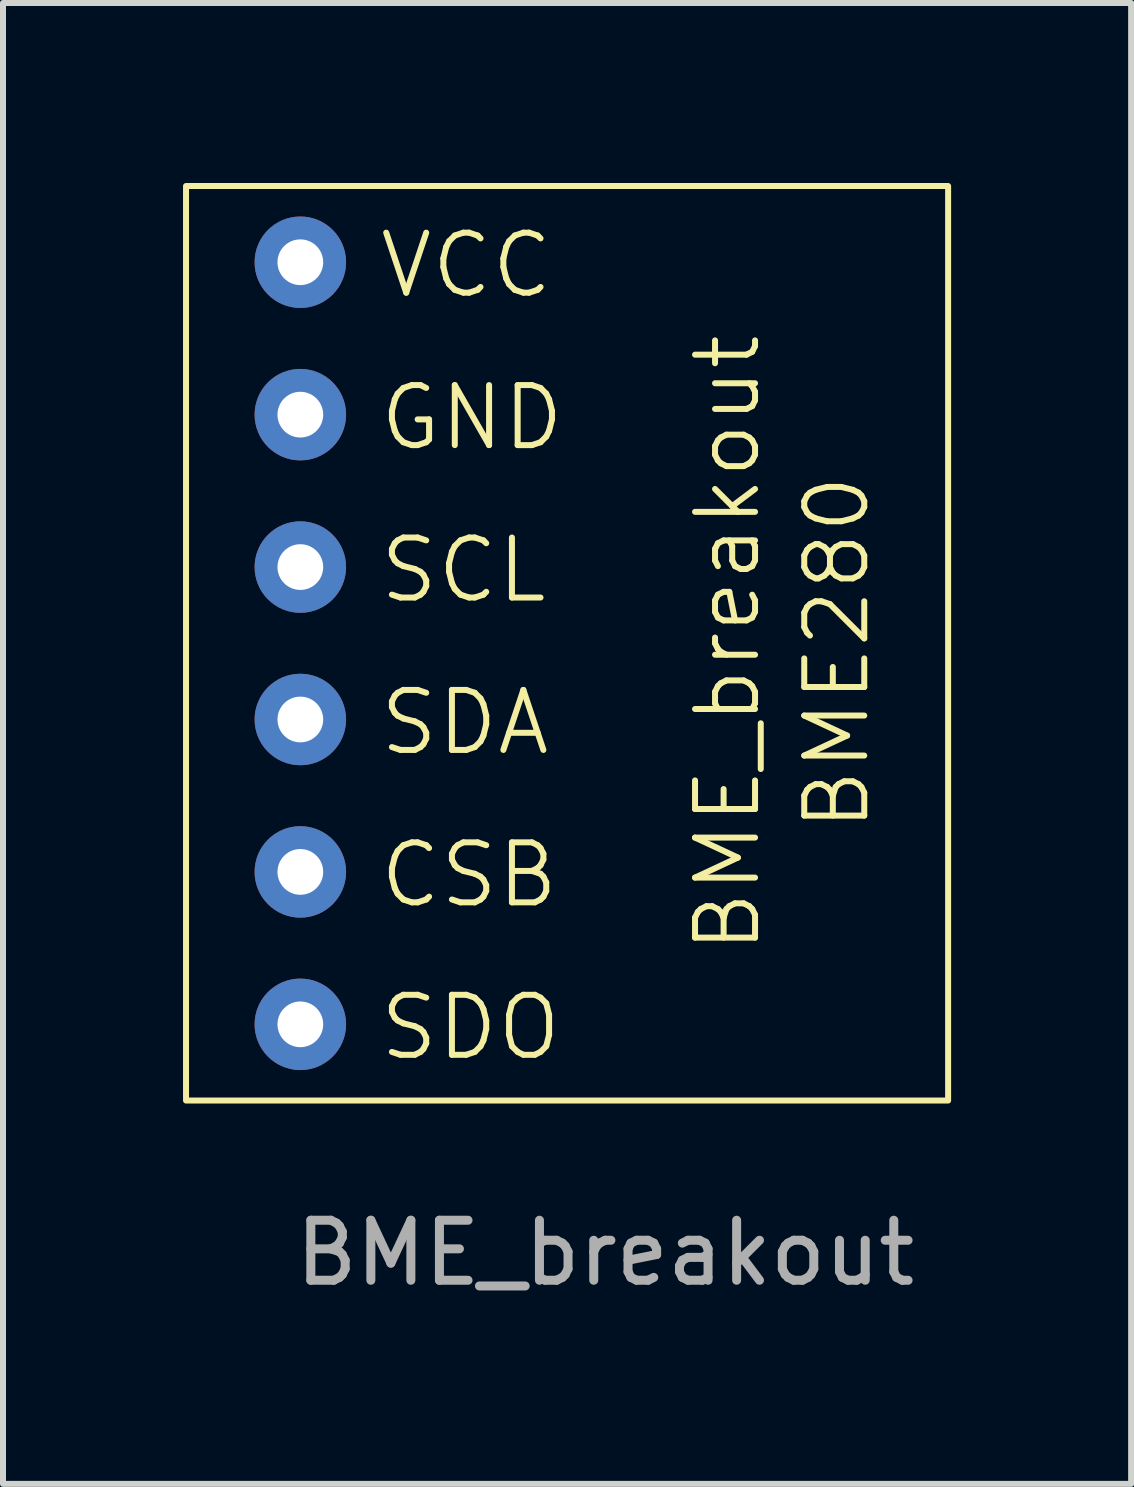
<source format=kicad_pcb>
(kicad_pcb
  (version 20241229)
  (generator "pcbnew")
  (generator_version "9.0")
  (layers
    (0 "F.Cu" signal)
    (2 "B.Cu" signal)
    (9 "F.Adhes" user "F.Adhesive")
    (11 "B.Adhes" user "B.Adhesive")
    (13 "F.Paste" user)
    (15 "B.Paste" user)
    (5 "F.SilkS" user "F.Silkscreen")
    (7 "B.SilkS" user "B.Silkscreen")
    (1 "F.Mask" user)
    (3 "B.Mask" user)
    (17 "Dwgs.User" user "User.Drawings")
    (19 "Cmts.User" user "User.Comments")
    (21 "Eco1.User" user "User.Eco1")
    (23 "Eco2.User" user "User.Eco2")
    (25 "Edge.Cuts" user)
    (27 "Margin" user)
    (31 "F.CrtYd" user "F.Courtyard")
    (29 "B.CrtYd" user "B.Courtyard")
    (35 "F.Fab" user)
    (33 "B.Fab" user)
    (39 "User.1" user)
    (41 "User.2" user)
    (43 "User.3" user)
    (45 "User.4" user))
  (footprint "BME_breakout"
    (layer "F.Cu")
    (at 7.035 7.67)
    (property "Reference" "BME_breakout" (at 2.04 0 90) (unlocked yes) (layer "F.SilkS") (effects (font (size 1 1) (thickness 0.1))))
    (attr through_hole)
    (fp_rect (start -6.985 -7.62) (end 5.715 7.62) (stroke (width 0.1) (type default)) (fill no) (layer "F.SilkS"))
    (fp_text user "SDO" (at -3.81 6.985 0) (unlocked yes) (layer "F.SilkS") (effects (font (size 1 1) (thickness 0.1)) (justify left bottom)))
    (fp_text user "BME280" (at 4.445 3.175 90) (unlocked yes) (layer "F.SilkS") (effects (font (size 1 1) (thickness 0.1)) (justify left bottom)))
    (fp_text user "GND" (at -3.81 -3.175 0) (unlocked yes) (layer "F.SilkS") (effects (font (size 1 1) (thickness 0.1)) (justify left bottom)))
    (fp_text user "VCC" (at -3.81 -5.715 0) (unlocked yes) (layer "F.SilkS") (effects (font (size 1 1) (thickness 0.1)) (justify left bottom)))
    (fp_text user "SDA" (at -3.81 1.905 0) (unlocked yes) (layer "F.SilkS") (effects (font (size 1 1) (thickness 0.1)) (justify left bottom)))
    (fp_text user "CSB" (at -3.81 4.445 0) (unlocked yes) (layer "F.SilkS") (effects (font (size 1 1) (thickness 0.1)) (justify left bottom)))
    (fp_text user "SCL" (at -3.81 -0.635 0) (unlocked yes) (layer "F.SilkS") (effects (font (size 1 1) (thickness 0.1)) (justify left bottom)))
    (fp_text user "${REFERENCE}" (at 0 10.16 0) (unlocked yes) (layer "F.Fab") (effects (font (size 1 1) (thickness 0.15))))
    (pad "1" thru_hole circle (at -5.08 -6.35) (size 1.524 1.524) (drill 0.762) (layers "*.Cu" "*.Mask"))
    (pad "2" thru_hole circle (at -5.08 -3.81) (size 1.524 1.524) (drill 0.762) (layers "*.Cu" "*.Mask"))
    (pad "3" thru_hole circle (at -5.08 -1.27) (size 1.524 1.524) (drill 0.762) (layers "*.Cu" "*.Mask"))
    (pad "4" thru_hole circle (at -5.08 1.27) (size 1.524 1.524) (drill 0.762) (layers "*.Cu" "*.Mask"))
    (pad "5" thru_hole circle (at -5.08 3.81) (size 1.524 1.524) (drill 0.762) (layers "*.Cu" "*.Mask"))
    (pad "6" thru_hole circle (at -5.08 6.35) (size 1.524 1.524) (drill 0.762) (layers "*.Cu" "*.Mask")))
  (gr_rect
    (start -3 -3)
    (end 15.8 21.678)
    (stroke (width 0.1) (type default))
    (fill no)
    (layer "Edge.Cuts")))
</source>
